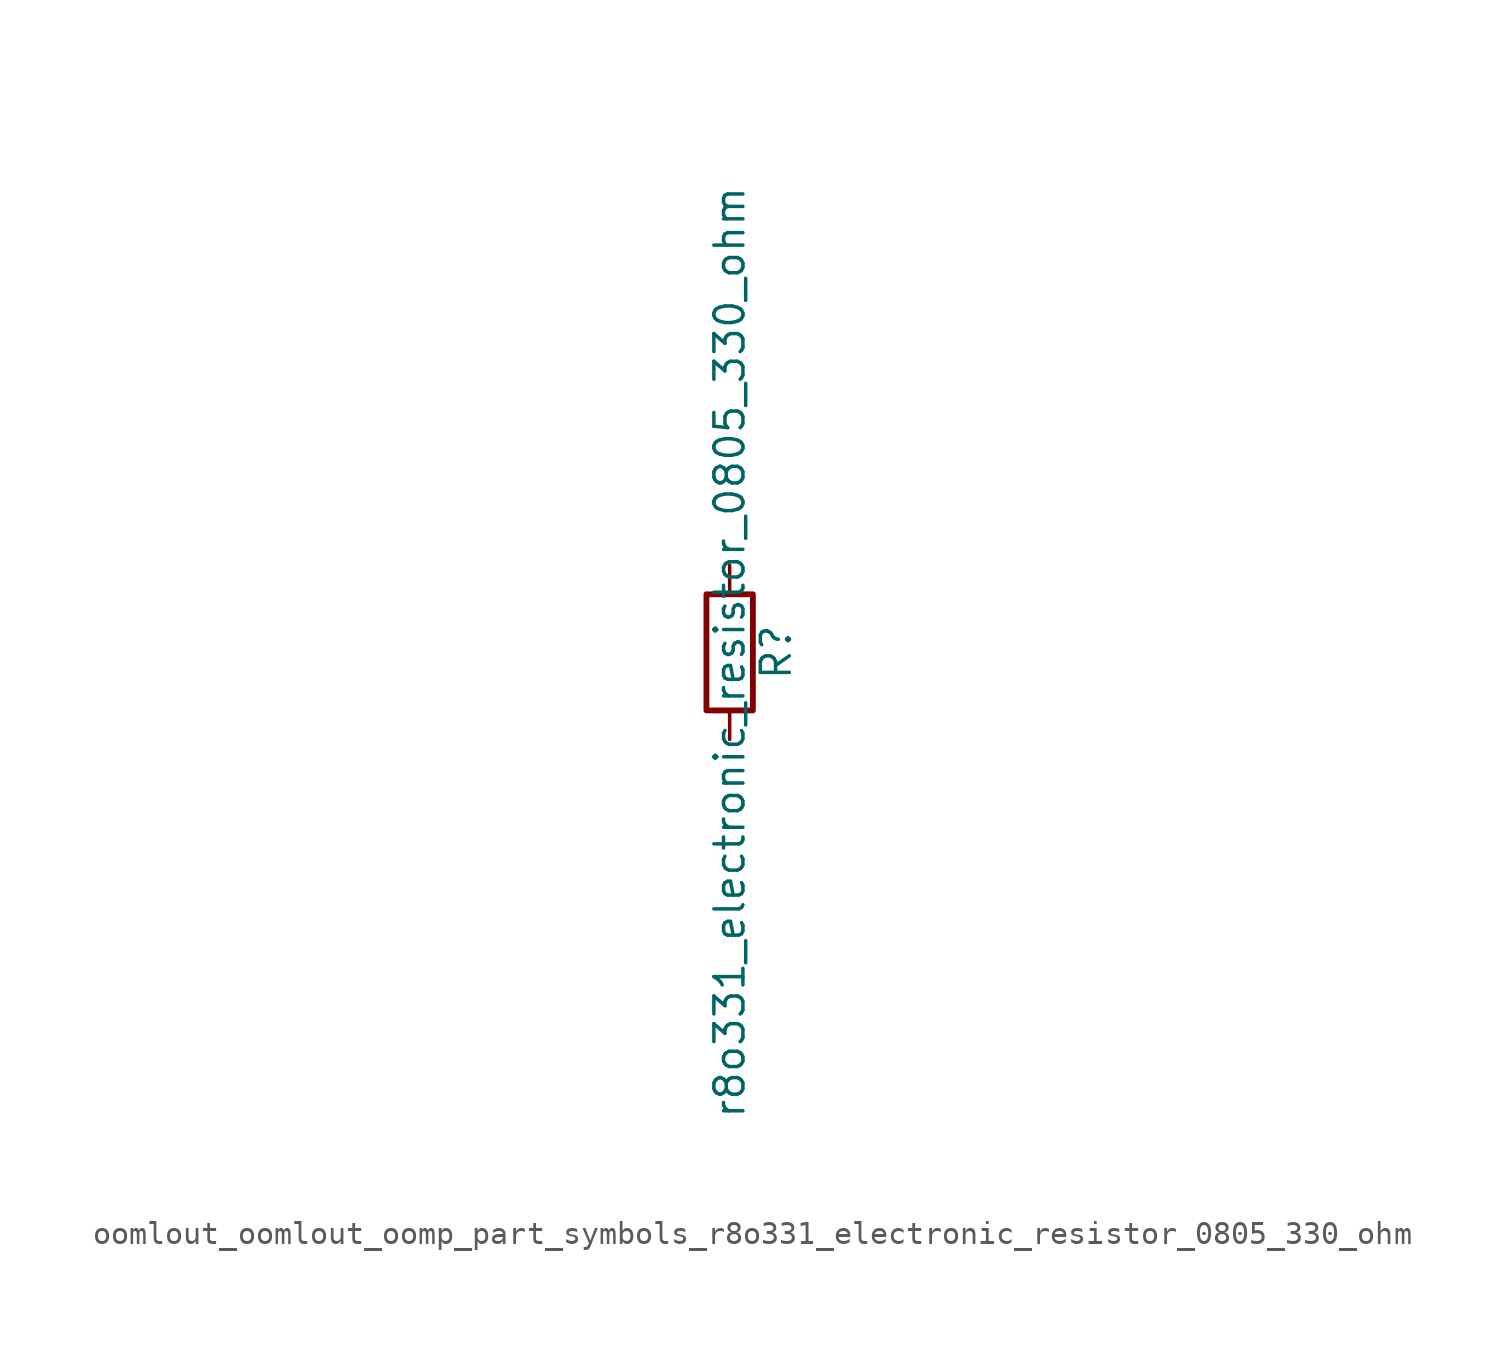
<source format=kicad_sym>
(kicad_symbol_lib
  (version 20220914)
  (generator kicad_symbol_editor)
  (symbol "oomlout_oomlout_oomp_part_symbols_r8o331_electronic_resistor_0805_330_ohm"
    (pin_numbers hide)
    (pin_names
      (offset 0))
    (property "Reference" "R"
      (at 2.032 0 90)
      (effects (font (size 1.27 1.27))))
    (property "Value" "r8o331_electronic_resistor_0805_330_ohm"
      (at 0 0 90)
      (effects (font (size 1.27 1.27))))
    (symbol "oomlout_oomlout_oomp_part_symbols_r8o331_electronic_resistor_0805_330_ohm_0_1"
      (rectangle (start -1.016 -2.54) (end 1.016 2.54) (stroke (width 0.254) (type default)) (fill (type none))))
    (symbol "oomlout_oomlout_oomp_part_symbols_r8o331_electronic_resistor_0805_330_ohm_1_1"
      (pin passive line (at 0 3.81 270) (length 1.27) (name "~" (effects (font (size 1.27 1.27)))) (number "1" (effects (font (size 1.27 1.27)))))
      (pin passive line (at 0 -3.81 90) (length 1.27) (name "~" (effects (font (size 1.27 1.27)))) (number "2" (effects (font (size 1.27 1.27))))))))
</source>
